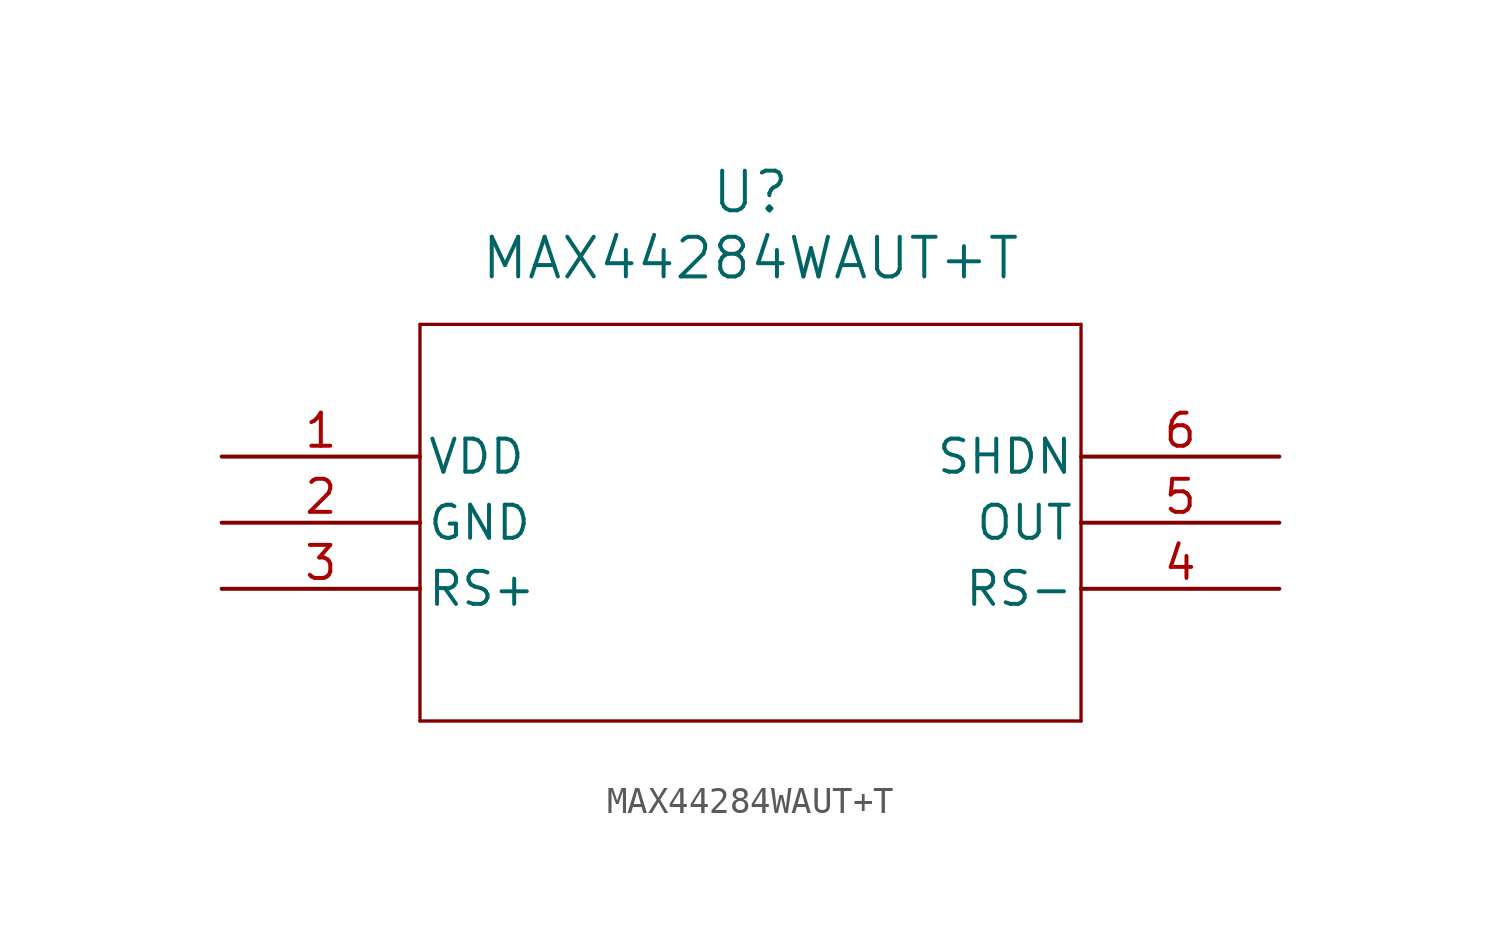
<source format=kicad_sym>
(kicad_symbol_lib
  (version 20211014)
  (generator kicad_symbol_editor)
  (symbol "MAX44284WAUT+T"
    (pin_names
      (offset 0.254))
    (property "Reference" "U"
      (at 20.32 10.16 0)
      (effects (font (size 1.524 1.524))))
    (property "Value" "MAX44284WAUT+T"
      (at 20.32 7.62 0)
      (effects (font (size 1.524 1.524))))
    (symbol "MAX44284WAUT+T_0_1"
      (polyline (pts (xy 7.62 5.08) (xy 7.62 -10.16)) (stroke (width 0.127) (type default) (color 0 0 0 0)) (fill (type none)))
      (polyline (pts (xy 7.62 -10.16) (xy 33.02 -10.16)) (stroke (width 0.127) (type default) (color 0 0 0 0)) (fill (type none)))
      (polyline (pts (xy 33.02 -10.16) (xy 33.02 5.08)) (stroke (width 0.127) (type default) (color 0 0 0 0)) (fill (type none)))
      (polyline (pts (xy 33.02 5.08) (xy 7.62 5.08)) (stroke (width 0.127) (type default) (color 0 0 0 0)) (fill (type none)))
      (pin power_in line (at 0 0 0) (length 7.62) (name "VDD" (effects (font (size 1.27 1.27)))) (number "1" (effects (font (size 1.27 1.27)))))
      (pin power_out line (at 0 -2.54 0) (length 7.62) (name "GND" (effects (font (size 1.27 1.27)))) (number "2" (effects (font (size 1.27 1.27)))))
      (pin unspecified line (at 0 -5.08 0) (length 7.62) (name "RS+" (effects (font (size 1.27 1.27)))) (number "3" (effects (font (size 1.27 1.27)))))
      (pin unspecified line (at 40.64 -5.08 180) (length 7.62) (name "RS-" (effects (font (size 1.27 1.27)))) (number "4" (effects (font (size 1.27 1.27)))))
      (pin output line (at 40.64 -2.54 180) (length 7.62) (name "OUT" (effects (font (size 1.27 1.27)))) (number "5" (effects (font (size 1.27 1.27)))))
      (pin unspecified line (at 40.64 0 180) (length 7.62) (name "SHDN" (effects (font (size 1.27 1.27)))) (number "6" (effects (font (size 1.27 1.27))))))))
</source>
